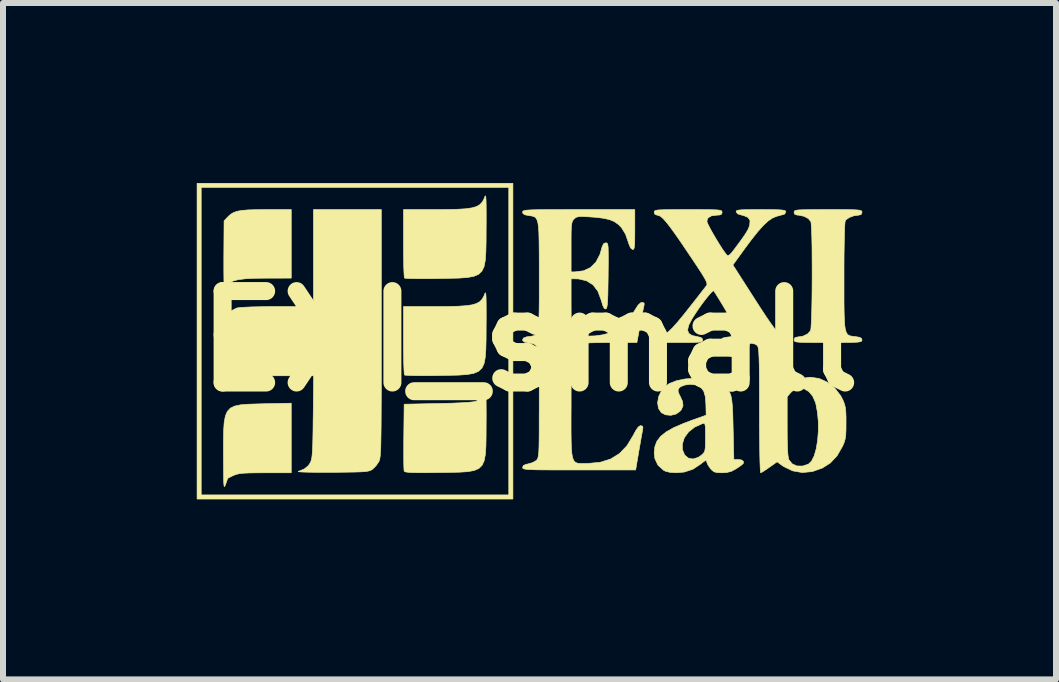
<source format=kicad_pcb>
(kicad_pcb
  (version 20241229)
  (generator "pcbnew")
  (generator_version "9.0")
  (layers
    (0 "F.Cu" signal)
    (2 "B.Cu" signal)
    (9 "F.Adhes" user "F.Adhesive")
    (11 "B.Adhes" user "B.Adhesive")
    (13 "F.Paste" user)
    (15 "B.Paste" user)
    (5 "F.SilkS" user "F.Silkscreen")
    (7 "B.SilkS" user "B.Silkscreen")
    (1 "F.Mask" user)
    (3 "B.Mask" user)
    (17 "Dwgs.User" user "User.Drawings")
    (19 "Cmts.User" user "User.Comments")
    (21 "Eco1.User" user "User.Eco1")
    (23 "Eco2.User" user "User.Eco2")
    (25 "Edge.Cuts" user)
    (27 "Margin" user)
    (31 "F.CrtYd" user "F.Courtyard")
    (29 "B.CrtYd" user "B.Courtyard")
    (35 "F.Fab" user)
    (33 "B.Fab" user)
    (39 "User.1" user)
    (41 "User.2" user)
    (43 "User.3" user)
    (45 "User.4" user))
  (footprint "EXI_small"
    (layer "F.Cu")
    (at 5.777 2.637)
    (property "Reference" "EXI_small" (at 0 0 0) (layer "F.SilkS") (effects (font (size 1.524 1.524) (thickness 0.3))))
    (attr through_hole)
    (fp_poly (pts (xy -0.277 2.632) (xy -5.542 2.632) (xy -5.542 -2.563) (xy -5.473 -2.563) (xy -5.473 2.563) (xy -0.346 2.563) (xy -0.346 -2.563) (xy -5.473 -2.563) (xy -5.542 -2.563) (xy -5.542 -2.632) (xy -0.277 -2.632) (xy -0.277 2.632)) (stroke (width 0.01) (type solid)) (fill yes) (layer "F.SilkS"))
    (fp_poly (pts (xy -3.972 -1.622) (xy -3.972 -1.051) (xy -4.393 -1.05) (xy -4.585 -1.048) (xy -4.736 -1.04) (xy -4.852 -1.026) (xy -4.938 -1.004) (xy -4.999 -0.972) (xy -5.041 -0.927) (xy -5.069 -0.869) (xy -5.081 -0.826) (xy -5.086 -0.828) (xy -5.09 -0.87) (xy -5.093 -0.95) (xy -5.095 -1.063) (xy -5.096 -1.203) (xy -5.096 -1.367) (xy -5.096 -1.378) (xy -5.092 -2.006) (xy -5.024 -2.077) (xy -4.982 -2.115) (xy -4.934 -2.144) (xy -4.875 -2.165) (xy -4.797 -2.179) (xy -4.693 -2.188) (xy -4.557 -2.192) (xy -4.381 -2.194) (xy -3.972 -2.194) (xy -3.972 -1.622)) (stroke (width 0.01) (type solid)) (fill yes) (layer "F.SilkS"))
    (fp_poly (pts (xy -3.972 2.194) (xy -4.405 2.194) (xy -4.561 2.195) (xy -4.68 2.197) (xy -4.767 2.201) (xy -4.832 2.208) (xy -4.881 2.219) (xy -4.922 2.233) (xy -4.936 2.239) (xy -4.994 2.267) (xy -5.029 2.286) (xy -5.034 2.291) (xy -5.041 2.315) (xy -5.059 2.366) (xy -5.068 2.39) (xy -5.078 2.415) (xy -5.086 2.424) (xy -5.092 2.413) (xy -5.096 2.377) (xy -5.099 2.314) (xy -5.1 2.217) (xy -5.101 2.083) (xy -5.102 1.908) (xy -5.102 1.882) (xy -5.102 1.665) (xy -5.099 1.49) (xy -5.09 1.352) (xy -5.07 1.247) (xy -5.037 1.17) (xy -4.986 1.116) (xy -4.913 1.081) (xy -4.815 1.061) (xy -4.688 1.051) (xy -4.529 1.046) (xy -4.416 1.043) (xy -3.972 1.034) (xy -3.972 2.194)) (stroke (width 0.01) (type solid)) (fill yes) (layer "F.SilkS"))
    (fp_poly (pts (xy -0.733 0.817) (xy -0.728 0.862) (xy -0.724 0.949) (xy -0.723 1.075) (xy -0.722 1.239) (xy -0.723 1.363) (xy -0.724 1.579) (xy -0.727 1.753) (xy -0.736 1.889) (xy -0.756 1.994) (xy -0.791 2.07) (xy -0.845 2.122) (xy -0.923 2.156) (xy -1.028 2.175) (xy -1.166 2.184) (xy -1.34 2.188) (xy -1.518 2.19) (xy -1.699 2.192) (xy -1.839 2.192) (xy -1.942 2.191) (xy -2.014 2.187) (xy -2.06 2.181) (xy -2.084 2.173) (xy -2.09 2.166) (xy -2.093 2.135) (xy -2.096 2.065) (xy -2.097 1.962) (xy -2.097 1.833) (xy -2.097 1.686) (xy -2.096 1.593) (xy -2.09 1.051) (xy -1.512 1.039) (xy -1.305 1.034) (xy -1.137 1.027) (xy -1.01 1.019) (xy -0.927 1.01) (xy -0.889 1.001) (xy -0.801 0.927) (xy -0.743 0.829) (xy -0.739 0.816) (xy -0.733 0.817)) (stroke (width 0.01) (type solid)) (fill yes) (layer "F.SilkS"))
    (fp_poly (pts (xy -0.729 -2.405) (xy -0.725 -2.353) (xy -0.723 -2.267) (xy -0.722 -2.142) (xy -0.722 -1.975) (xy -0.723 -1.87) (xy -0.724 -1.655) (xy -0.728 -1.482) (xy -0.738 -1.346) (xy -0.758 -1.242) (xy -0.795 -1.166) (xy -0.85 -1.114) (xy -0.93 -1.08) (xy -1.039 -1.061) (xy -1.18 -1.051) (xy -1.359 -1.047) (xy -1.524 -1.044) (xy -1.678 -1.042) (xy -1.816 -1.041) (xy -1.933 -1.043) (xy -2.02 -1.045) (xy -2.072 -1.049) (xy -2.084 -1.052) (xy -2.089 -1.079) (xy -2.093 -1.146) (xy -2.097 -1.246) (xy -2.099 -1.372) (xy -2.101 -1.519) (xy -2.101 -1.632) (xy -2.101 -2.194) (xy -1.567 -2.194) (xy -1.359 -2.195) (xy -1.193 -2.199) (xy -1.062 -2.207) (xy -0.961 -2.222) (xy -0.886 -2.243) (xy -0.831 -2.274) (xy -0.792 -2.314) (xy -0.762 -2.365) (xy -0.743 -2.413) (xy -0.735 -2.423) (xy -0.729 -2.405)) (stroke (width 0.01) (type solid)) (fill yes) (layer "F.SilkS"))
    (fp_poly (pts (xy -0.729 -0.788) (xy -0.725 -0.737) (xy -0.723 -0.65) (xy -0.722 -0.525) (xy -0.722 -0.359) (xy -0.723 -0.254) (xy -0.724 -0.039) (xy -0.728 0.135) (xy -0.738 0.271) (xy -0.758 0.375) (xy -0.795 0.451) (xy -0.851 0.503) (xy -0.931 0.537) (xy -1.039 0.556) (xy -1.181 0.566) (xy -1.359 0.57) (xy -1.524 0.573) (xy -1.678 0.575) (xy -1.816 0.575) (xy -1.933 0.574) (xy -2.02 0.571) (xy -2.072 0.567) (xy -2.084 0.564) (xy -2.089 0.537) (xy -2.093 0.47) (xy -2.097 0.37) (xy -2.099 0.244) (xy -2.101 0.097) (xy -2.101 -0.015) (xy -2.101 -0.577) (xy -1.567 -0.577) (xy -1.359 -0.578) (xy -1.193 -0.582) (xy -1.062 -0.591) (xy -0.961 -0.605) (xy -0.886 -0.627) (xy -0.831 -0.657) (xy -0.792 -0.697) (xy -0.762 -0.749) (xy -0.743 -0.797) (xy -0.735 -0.807) (xy -0.729 -0.788)) (stroke (width 0.01) (type solid)) (fill yes) (layer "F.SilkS"))
    (fp_poly (pts (xy -2.471 -0.133) (xy -2.471 0.224) (xy -2.471 0.538) (xy -2.471 0.811) (xy -2.472 1.047) (xy -2.473 1.248) (xy -2.474 1.418) (xy -2.476 1.559) (xy -2.478 1.674) (xy -2.48 1.767) (xy -2.484 1.839) (xy -2.487 1.895) (xy -2.492 1.936) (xy -2.497 1.966) (xy -2.503 1.988) (xy -2.51 2.005) (xy -2.511 2.007) (xy -2.557 2.075) (xy -2.613 2.132) (xy -2.617 2.134) (xy -2.639 2.149) (xy -2.664 2.16) (xy -2.699 2.168) (xy -2.749 2.175) (xy -2.819 2.179) (xy -2.917 2.182) (xy -3.046 2.184) (xy -3.213 2.186) (xy -3.298 2.186) (xy -3.457 2.187) (xy -3.597 2.186) (xy -3.712 2.184) (xy -3.797 2.181) (xy -3.847 2.177) (xy -3.856 2.173) (xy -3.855 2.172) (xy -3.756 2.131) (xy -3.689 2.077) (xy -3.654 2.026) (xy -3.643 1.999) (xy -3.633 1.965) (xy -3.626 1.918) (xy -3.62 1.852) (xy -3.615 1.763) (xy -3.612 1.644) (xy -3.609 1.49) (xy -3.607 1.296) (xy -3.606 1.264) (xy -3.599 0.577) (xy -4.225 0.577) (xy -4.44 0.578) (xy -4.613 0.581) (xy -4.75 0.587) (xy -4.855 0.597) (xy -4.933 0.614) (xy -4.989 0.637) (xy -5.028 0.668) (xy -5.054 0.709) (xy -5.073 0.76) (xy -5.081 0.791) (xy -5.086 0.789) (xy -5.09 0.746) (xy -5.093 0.666) (xy -5.095 0.555) (xy -5.096 0.417) (xy -5.096 0.258) (xy -5.096 0.238) (xy -5.092 -0.39) (xy -5.024 -0.46) (xy -4.959 -0.513) (xy -4.886 -0.55) (xy -4.873 -0.554) (xy -4.828 -0.56) (xy -4.744 -0.566) (xy -4.628 -0.571) (xy -4.488 -0.574) (xy -4.331 -0.577) (xy -4.197 -0.577) (xy -3.602 -0.577) (xy -3.602 -2.194) (xy -2.471 -2.194) (xy -2.471 -0.133)) (stroke (width 0.01) (type solid)) (fill yes) (layer "F.SilkS"))
    (fp_poly (pts (xy 5.152 -2.194) (xy 5.287 -2.193) (xy 5.387 -2.191) (xy 5.456 -2.188) (xy 5.501 -2.183) (xy 5.527 -2.176) (xy 5.538 -2.166) (xy 5.542 -2.153) (xy 5.542 -2.147) (xy 5.527 -2.11) (xy 5.488 -2.101) (xy 5.407 -2.09) (xy 5.331 -2.062) (xy 5.276 -2.024) (xy 5.264 -2.008) (xy 5.258 -1.974) (xy 5.253 -1.898) (xy 5.249 -1.782) (xy 5.246 -1.631) (xy 5.243 -1.448) (xy 5.242 -1.237) (xy 5.242 -1.078) (xy 5.242 -0.839) (xy 5.242 -0.643) (xy 5.244 -0.485) (xy 5.248 -0.36) (xy 5.254 -0.265) (xy 5.265 -0.195) (xy 5.28 -0.146) (xy 5.3 -0.114) (xy 5.326 -0.095) (xy 5.359 -0.085) (xy 5.4 -0.079) (xy 5.433 -0.076) (xy 5.502 -0.064) (xy 5.534 -0.046) (xy 5.542 -0.02) (xy 5.54 -0.007) (xy 5.529 0.004) (xy 5.506 0.011) (xy 5.464 0.017) (xy 5.398 0.02) (xy 5.302 0.022) (xy 5.172 0.023) (xy 5.001 0.023) (xy 4.976 0.023) (xy 4.8 0.023) (xy 4.665 0.022) (xy 4.566 0.021) (xy 4.496 0.018) (xy 4.451 0.013) (xy 4.425 0.005) (xy 4.414 -0.005) (xy 4.41 -0.018) (xy 4.41 -0.023) (xy 4.425 -0.06) (xy 4.465 -0.069) (xy 4.557 -0.083) (xy 4.635 -0.12) (xy 4.683 -0.173) (xy 4.684 -0.175) (xy 4.691 -0.212) (xy 4.696 -0.289) (xy 4.701 -0.399) (xy 4.705 -0.536) (xy 4.708 -0.694) (xy 4.71 -0.866) (xy 4.711 -1.045) (xy 4.711 -1.226) (xy 4.71 -1.402) (xy 4.709 -1.567) (xy 4.706 -1.714) (xy 4.702 -1.836) (xy 4.697 -1.928) (xy 4.692 -1.983) (xy 4.689 -1.993) (xy 4.648 -2.043) (xy 4.577 -2.081) (xy 4.489 -2.1) (xy 4.465 -2.101) (xy 4.421 -2.114) (xy 4.41 -2.147) (xy 4.412 -2.162) (xy 4.42 -2.173) (xy 4.441 -2.181) (xy 4.478 -2.187) (xy 4.539 -2.19) (xy 4.628 -2.192) (xy 4.75 -2.193) (xy 4.912 -2.194) (xy 4.976 -2.194) (xy 5.152 -2.194)) (stroke (width 0.01) (type solid)) (fill yes) (layer "F.SilkS"))
    (fp_poly (pts (xy 2.919 0.63) (xy 3.06 0.661) (xy 3.181 0.716) (xy 3.22 0.741) (xy 3.269 0.777) (xy 3.307 0.812) (xy 3.336 0.854) (xy 3.357 0.908) (xy 3.371 0.981) (xy 3.381 1.078) (xy 3.388 1.207) (xy 3.392 1.373) (xy 3.394 1.455) (xy 3.406 1.974) (xy 3.475 1.972) (xy 3.536 1.981) (xy 3.567 2.007) (xy 3.563 2.039) (xy 3.538 2.062) (xy 3.486 2.099) (xy 3.445 2.127) (xy 3.364 2.17) (xy 3.286 2.19) (xy 3.207 2.194) (xy 3.128 2.191) (xy 3.079 2.179) (xy 3.04 2.151) (xy 3.015 2.123) (xy 2.977 2.069) (xy 2.957 2.026) (xy 2.956 2.019) (xy 2.95 1.992) (xy 2.928 1.992) (xy 2.884 2.023) (xy 2.855 2.047) (xy 2.723 2.135) (xy 2.579 2.182) (xy 2.448 2.193) (xy 2.341 2.187) (xy 2.265 2.168) (xy 2.232 2.15) (xy 2.14 2.066) (xy 2.09 1.96) (xy 2.078 1.863) (xy 2.089 1.76) (xy 2.105 1.716) (xy 2.547 1.716) (xy 2.549 1.807) (xy 2.585 1.896) (xy 2.646 1.949) (xy 2.723 1.964) (xy 2.808 1.939) (xy 2.862 1.903) (xy 2.893 1.875) (xy 2.914 1.848) (xy 2.925 1.812) (xy 2.931 1.757) (xy 2.932 1.671) (xy 2.933 1.601) (xy 2.932 1.494) (xy 2.93 1.424) (xy 2.924 1.386) (xy 2.913 1.371) (xy 2.895 1.371) (xy 2.881 1.375) (xy 2.754 1.432) (xy 2.652 1.512) (xy 2.581 1.609) (xy 2.547 1.716) (xy 2.105 1.716) (xy 2.123 1.669) (xy 2.184 1.588) (xy 2.277 1.513) (xy 2.405 1.441) (xy 2.572 1.369) (xy 2.713 1.316) (xy 2.944 1.234) (xy 2.94 1.051) (xy 2.93 0.924) (xy 2.904 0.834) (xy 2.86 0.774) (xy 2.792 0.738) (xy 2.763 0.729) (xy 2.676 0.72) (xy 2.589 0.731) (xy 2.518 0.759) (xy 2.485 0.79) (xy 2.475 0.827) (xy 2.491 0.879) (xy 2.512 0.92) (xy 2.552 1.008) (xy 2.558 1.078) (xy 2.531 1.141) (xy 2.509 1.168) (xy 2.442 1.215) (xy 2.356 1.236) (xy 2.268 1.228) (xy 2.197 1.192) (xy 2.149 1.12) (xy 2.135 1.028) (xy 2.152 0.926) (xy 2.199 0.826) (xy 2.245 0.768) (xy 2.33 0.706) (xy 2.451 0.659) (xy 2.599 0.629) (xy 2.748 0.62) (xy 2.919 0.63)) (stroke (width 0.01) (type solid)) (fill yes) (layer "F.SilkS"))
    (fp_poly (pts (xy 1.755 -1.857) (xy 1.754 -1.726) (xy 1.753 -1.634) (xy 1.748 -1.575) (xy 1.741 -1.542) (xy 1.73 -1.529) (xy 1.716 -1.528) (xy 1.683 -1.556) (xy 1.655 -1.623) (xy 1.65 -1.639) (xy 1.6 -1.784) (xy 1.532 -1.894) (xy 1.478 -1.948) (xy 1.413 -1.993) (xy 1.336 -2.025) (xy 1.237 -2.048) (xy 1.107 -2.064) (xy 1.013 -2.071) (xy 0.909 -2.077) (xy 0.84 -2.077) (xy 0.796 -2.071) (xy 0.766 -2.057) (xy 0.742 -2.035) (xy 0.724 -2.015) (xy 0.712 -1.991) (xy 0.703 -1.955) (xy 0.697 -1.901) (xy 0.694 -1.822) (xy 0.693 -1.709) (xy 0.693 -1.57) (xy 0.693 -1.155) (xy 0.756 -1.155) (xy 0.9 -1.173) (xy 1.016 -1.227) (xy 1.108 -1.319) (xy 1.175 -1.449) (xy 1.211 -1.576) (xy 1.236 -1.627) (xy 1.271 -1.639) (xy 1.285 -1.638) (xy 1.296 -1.63) (xy 1.304 -1.61) (xy 1.31 -1.572) (xy 1.312 -1.511) (xy 1.313 -1.421) (xy 1.313 -1.298) (xy 1.311 -1.135) (xy 1.311 -1.091) (xy 1.308 -0.916) (xy 1.306 -0.781) (xy 1.302 -0.682) (xy 1.297 -0.613) (xy 1.29 -0.569) (xy 1.282 -0.546) (xy 1.271 -0.537) (xy 1.27 -0.536) (xy 1.246 -0.546) (xy 1.223 -0.59) (xy 1.198 -0.672) (xy 1.193 -0.689) (xy 1.139 -0.833) (xy 1.059 -0.938) (xy 0.952 -1.006) (xy 0.819 -1.037) (xy 0.765 -1.039) (xy 0.693 -1.039) (xy 0.693 -0.616) (xy 0.694 -0.45) (xy 0.697 -0.325) (xy 0.703 -0.237) (xy 0.712 -0.181) (xy 0.723 -0.152) (xy 0.775 -0.116) (xy 0.861 -0.093) (xy 0.97 -0.084) (xy 1.093 -0.088) (xy 1.219 -0.106) (xy 1.338 -0.137) (xy 1.398 -0.16) (xy 1.512 -0.23) (xy 1.625 -0.336) (xy 1.725 -0.466) (xy 1.757 -0.519) (xy 1.809 -0.6) (xy 1.852 -0.64) (xy 1.875 -0.647) (xy 1.91 -0.636) (xy 1.91 -0.601) (xy 1.901 -0.562) (xy 1.886 -0.487) (xy 1.867 -0.388) (xy 1.846 -0.275) (xy 1.844 -0.266) (xy 1.79 0.023) (xy 1.337 0.023) (xy 1.153 0.024) (xy 1.01 0.028) (xy 0.903 0.036) (xy 0.825 0.049) (xy 0.772 0.067) (xy 0.737 0.093) (xy 0.717 0.125) (xy 0.714 0.131) (xy 0.709 0.167) (xy 0.705 0.243) (xy 0.701 0.354) (xy 0.698 0.496) (xy 0.695 0.662) (xy 0.693 0.848) (xy 0.693 1.047) (xy 0.693 1.072) (xy 0.692 1.309) (xy 0.692 1.504) (xy 0.694 1.661) (xy 0.698 1.784) (xy 0.706 1.878) (xy 0.719 1.945) (xy 0.738 1.991) (xy 0.764 2.019) (xy 0.799 2.034) (xy 0.844 2.039) (xy 0.9 2.039) (xy 0.968 2.038) (xy 0.975 2.038) (xy 1.178 2.019) (xy 1.353 1.964) (xy 1.501 1.872) (xy 1.625 1.742) (xy 1.723 1.58) (xy 1.773 1.488) (xy 1.811 1.433) (xy 1.843 1.41) (xy 1.853 1.409) (xy 1.885 1.417) (xy 1.89 1.45) (xy 1.886 1.472) (xy 1.878 1.518) (xy 1.863 1.599) (xy 1.845 1.704) (xy 1.824 1.822) (xy 1.821 1.841) (xy 1.769 2.147) (xy 0.827 2.147) (xy 0.593 2.147) (xy 0.402 2.147) (xy 0.249 2.146) (xy 0.129 2.145) (xy 0.039 2.142) (xy -0.026 2.139) (xy -0.07 2.134) (xy -0.096 2.128) (xy -0.11 2.121) (xy -0.115 2.111) (xy -0.115 2.104) (xy -0.103 2.073) (xy -0.058 2.053) (xy -0.023 2.046) (xy 0.049 2.025) (xy 0.108 1.992) (xy 0.116 1.985) (xy 0.127 1.972) (xy 0.137 1.955) (xy 0.144 1.929) (xy 0.15 1.891) (xy 0.155 1.835) (xy 0.158 1.757) (xy 0.16 1.652) (xy 0.161 1.517) (xy 0.161 1.346) (xy 0.162 1.135) (xy 0.162 1.042) (xy 0.162 0.802) (xy 0.161 0.605) (xy 0.159 0.446) (xy 0.156 0.32) (xy 0.149 0.224) (xy 0.139 0.154) (xy 0.125 0.104) (xy 0.106 0.071) (xy 0.082 0.052) (xy 0.051 0.041) (xy 0.013 0.034) (xy -0.018 0.03) (xy -0.084 0.016) (xy -0.112 -0.008) (xy -0.115 -0.023) (xy -0.101 -0.053) (xy -0.052 -0.071) (xy -0.021 -0.076) (xy 0.023 -0.081) (xy 0.06 -0.088) (xy 0.09 -0.1) (xy 0.113 -0.121) (xy 0.13 -0.155) (xy 0.143 -0.207) (xy 0.152 -0.281) (xy 0.157 -0.381) (xy 0.16 -0.512) (xy 0.162 -0.676) (xy 0.162 -0.88) (xy 0.162 -1.075) (xy 0.162 -1.315) (xy 0.161 -1.513) (xy 0.159 -1.673) (xy 0.156 -1.8) (xy 0.15 -1.897) (xy 0.14 -1.969) (xy 0.126 -2.019) (xy 0.107 -2.052) (xy 0.083 -2.072) (xy 0.053 -2.083) (xy 0.015 -2.09) (xy -0.018 -2.094) (xy -0.082 -2.108) (xy -0.111 -2.13) (xy -0.115 -2.15) (xy -0.114 -2.161) (xy -0.106 -2.17) (xy -0.088 -2.177) (xy -0.055 -2.183) (xy -0.003 -2.187) (xy 0.071 -2.19) (xy 0.173 -2.192) (xy 0.305 -2.193) (xy 0.473 -2.193) (xy 0.681 -2.194) (xy 0.82 -2.194) (xy 1.755 -2.194) (xy 1.755 -1.857)) (stroke (width 0.01) (type solid)) (fill yes) (layer "F.SilkS"))
    (fp_poly (pts (xy 4.005 -2.193) (xy 4.115 -2.191) (xy 4.19 -2.188) (xy 4.238 -2.182) (xy 4.263 -2.174) (xy 4.272 -2.162) (xy 4.272 -2.158) (xy 4.256 -2.122) (xy 4.243 -2.115) (xy 4.204 -2.104) (xy 4.141 -2.087) (xy 4.116 -2.08) (xy 4.049 -2.052) (xy 3.977 -2.003) (xy 3.897 -1.929) (xy 3.804 -1.824) (xy 3.695 -1.687) (xy 3.594 -1.551) (xy 3.39 -1.27) (xy 3.726 -0.745) (xy 3.847 -0.557) (xy 3.947 -0.405) (xy 4.029 -0.286) (xy 4.095 -0.197) (xy 4.149 -0.134) (xy 4.192 -0.094) (xy 4.227 -0.074) (xy 4.251 -0.069) (xy 4.267 -0.067) (xy 4.278 -0.055) (xy 4.286 -0.028) (xy 4.291 0.021) (xy 4.294 0.098) (xy 4.295 0.209) (xy 4.295 0.35) (xy 4.295 0.498) (xy 4.296 0.606) (xy 4.299 0.678) (xy 4.303 0.722) (xy 4.31 0.741) (xy 4.321 0.743) (xy 4.335 0.733) (xy 4.336 0.732) (xy 4.414 0.68) (xy 4.516 0.635) (xy 4.621 0.607) (xy 4.679 0.601) (xy 4.827 0.622) (xy 4.966 0.685) (xy 5.089 0.783) (xy 5.188 0.912) (xy 5.223 0.979) (xy 5.247 1.039) (xy 5.263 1.098) (xy 5.272 1.17) (xy 5.276 1.266) (xy 5.276 1.362) (xy 5.275 1.482) (xy 5.271 1.569) (xy 5.261 1.634) (xy 5.244 1.691) (xy 5.218 1.752) (xy 5.216 1.756) (xy 5.125 1.913) (xy 5.013 2.031) (xy 4.883 2.114) (xy 4.714 2.174) (xy 4.547 2.19) (xy 4.386 2.162) (xy 4.236 2.09) (xy 4.203 2.067) (xy 4.127 2.011) (xy 3.999 2.102) (xy 3.932 2.148) (xy 3.88 2.181) (xy 3.852 2.194) (xy 3.848 2.171) (xy 3.845 2.107) (xy 3.841 2.007) (xy 3.838 1.873) (xy 3.836 1.713) (xy 3.834 1.529) (xy 3.833 1.326) (xy 3.833 1.159) (xy 3.833 0.927) (xy 4.295 0.927) (xy 4.295 1.421) (xy 4.296 1.617) (xy 4.3 1.768) (xy 4.306 1.879) (xy 4.315 1.95) (xy 4.323 1.976) (xy 4.377 2.044) (xy 4.456 2.08) (xy 4.551 2.082) (xy 4.649 2.05) (xy 4.701 2) (xy 4.745 1.912) (xy 4.779 1.794) (xy 4.802 1.655) (xy 4.814 1.503) (xy 4.814 1.345) (xy 4.8 1.19) (xy 4.773 1.045) (xy 4.767 1.024) (xy 4.721 0.918) (xy 4.655 0.84) (xy 4.576 0.793) (xy 4.493 0.781) (xy 4.412 0.807) (xy 4.355 0.856) (xy 4.295 0.927) (xy 3.833 0.927) (xy 3.833 0.906) (xy 3.832 0.696) (xy 3.831 0.524) (xy 3.829 0.386) (xy 3.826 0.28) (xy 3.822 0.2) (xy 3.817 0.143) (xy 3.811 0.106) (xy 3.803 0.084) (xy 3.8 0.079) (xy 3.782 0.061) (xy 3.753 0.047) (xy 3.705 0.038) (xy 3.63 0.032) (xy 3.521 0.028) (xy 3.476 0.027) (xy 3.354 0.023) (xy 3.272 0.018) (xy 3.222 0.012) (xy 3.197 0.002) (xy 3.19 -0.012) (xy 3.191 -0.019) (xy 3.219 -0.051) (xy 3.268 -0.064) (xy 3.357 -0.075) (xy 3.41 -0.091) (xy 3.435 -0.116) (xy 3.441 -0.152) (xy 3.43 -0.213) (xy 3.405 -0.281) (xy 3.403 -0.284) (xy 3.377 -0.332) (xy 3.336 -0.405) (xy 3.283 -0.493) (xy 3.227 -0.588) (xy 3.171 -0.68) (xy 3.122 -0.759) (xy 3.086 -0.816) (xy 3.069 -0.84) (xy 3.05 -0.831) (xy 3.01 -0.79) (xy 2.956 -0.725) (xy 2.892 -0.643) (xy 2.825 -0.55) (xy 2.76 -0.453) (xy 2.708 -0.371) (xy 2.653 -0.265) (xy 2.635 -0.187) (xy 2.653 -0.131) (xy 2.709 -0.095) (xy 2.793 -0.076) (xy 2.856 -0.062) (xy 2.883 -0.038) (xy 2.886 -0.02) (xy 2.884 -0.005) (xy 2.871 0.007) (xy 2.843 0.015) (xy 2.793 0.019) (xy 2.714 0.022) (xy 2.6 0.023) (xy 2.482 0.023) (xy 2.337 0.023) (xy 2.231 0.022) (xy 2.159 0.019) (xy 2.114 0.014) (xy 2.09 0.005) (xy 2.08 -0.007) (xy 2.078 -0.023) (xy 2.094 -0.062) (xy 2.125 -0.069) (xy 2.181 -0.076) (xy 2.239 -0.101) (xy 2.302 -0.146) (xy 2.377 -0.216) (xy 2.466 -0.315) (xy 2.574 -0.446) (xy 2.635 -0.523) (xy 2.725 -0.637) (xy 2.806 -0.74) (xy 2.873 -0.827) (xy 2.923 -0.891) (xy 2.95 -0.926) (xy 2.951 -0.928) (xy 2.958 -0.945) (xy 2.956 -0.968) (xy 2.943 -1.003) (xy 2.916 -1.054) (xy 2.873 -1.125) (xy 2.81 -1.222) (xy 2.726 -1.349) (xy 2.643 -1.472) (xy 2.523 -1.65) (xy 2.424 -1.792) (xy 2.344 -1.902) (xy 2.28 -1.984) (xy 2.228 -2.042) (xy 2.187 -2.078) (xy 2.152 -2.096) (xy 2.124 -2.101) (xy 2.086 -2.118) (xy 2.078 -2.147) (xy 2.08 -2.162) (xy 2.088 -2.173) (xy 2.108 -2.181) (xy 2.146 -2.187) (xy 2.207 -2.19) (xy 2.296 -2.192) (xy 2.418 -2.193) (xy 2.58 -2.194) (xy 2.644 -2.194) (xy 2.82 -2.194) (xy 2.955 -2.193) (xy 3.054 -2.191) (xy 3.124 -2.188) (xy 3.169 -2.183) (xy 3.195 -2.176) (xy 3.206 -2.166) (xy 3.21 -2.153) (xy 3.21 -2.147) (xy 3.201 -2.116) (xy 3.166 -2.103) (xy 3.127 -2.101) (xy 3.033 -2.089) (xy 2.975 -2.055) (xy 2.956 -2.001) (xy 2.967 -1.965) (xy 2.999 -1.9) (xy 3.045 -1.816) (xy 3.1 -1.721) (xy 3.158 -1.626) (xy 3.213 -1.539) (xy 3.261 -1.471) (xy 3.29 -1.435) (xy 3.309 -1.426) (xy 3.334 -1.438) (xy 3.371 -1.477) (xy 3.426 -1.548) (xy 3.445 -1.574) (xy 3.526 -1.683) (xy 3.583 -1.764) (xy 3.621 -1.824) (xy 3.647 -1.871) (xy 3.663 -1.913) (xy 3.67 -1.935) (xy 3.676 -2.01) (xy 3.643 -2.062) (xy 3.569 -2.094) (xy 3.543 -2.099) (xy 3.472 -2.121) (xy 3.445 -2.154) (xy 3.445 -2.168) (xy 3.457 -2.178) (xy 3.486 -2.185) (xy 3.539 -2.19) (xy 3.621 -2.192) (xy 3.739 -2.193) (xy 3.854 -2.194) (xy 4.005 -2.193)) (stroke (width 0.01) (type solid)) (fill yes) (layer "F.SilkS")))
  (gr_rect
    (start -3 -3)
    (end 14.553 8.275)
    (stroke (width 0.1) (type default))
    (fill no)
    (layer "Edge.Cuts")))
</source>
